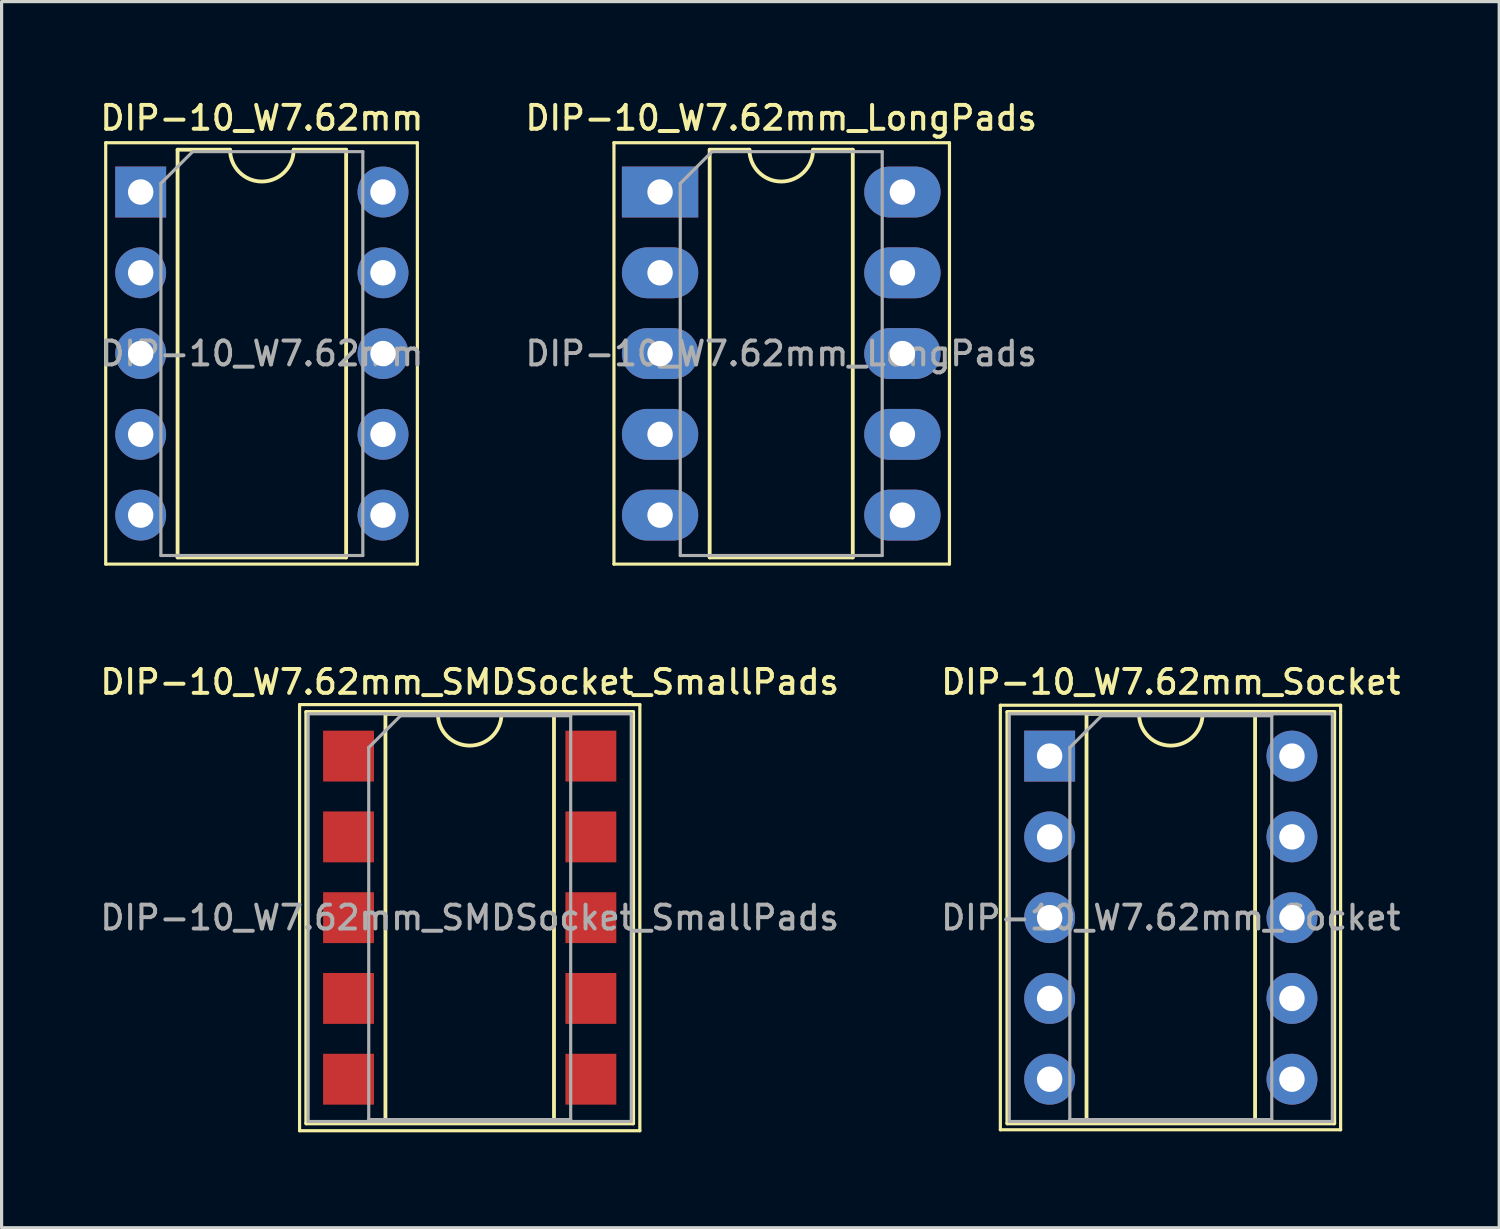
<source format=kicad_pcb>
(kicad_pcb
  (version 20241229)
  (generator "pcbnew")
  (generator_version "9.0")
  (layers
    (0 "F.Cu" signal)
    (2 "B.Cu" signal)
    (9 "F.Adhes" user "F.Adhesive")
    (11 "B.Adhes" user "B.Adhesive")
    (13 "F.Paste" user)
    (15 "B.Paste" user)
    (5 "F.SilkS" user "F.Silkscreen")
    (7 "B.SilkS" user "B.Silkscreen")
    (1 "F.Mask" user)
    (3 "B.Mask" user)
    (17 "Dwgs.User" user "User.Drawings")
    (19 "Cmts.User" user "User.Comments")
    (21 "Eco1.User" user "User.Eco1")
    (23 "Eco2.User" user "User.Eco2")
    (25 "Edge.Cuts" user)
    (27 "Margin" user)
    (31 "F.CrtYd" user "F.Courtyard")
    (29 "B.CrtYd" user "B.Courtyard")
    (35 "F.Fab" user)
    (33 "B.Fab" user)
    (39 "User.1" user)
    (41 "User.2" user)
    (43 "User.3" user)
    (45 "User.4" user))
  (footprint "DIP-10_W7.62mm"
    (layer "F.Cu")
    (at 1.374 2.988)
    (property "Reference" "DIP-10_W7.62mm" (at 3.81 -2.33 0) (layer "F.SilkS") (effects (font (size 0.75 0.75) (thickness 0.125))))
    (attr through_hole)
    (fp_line (start -1.1 -1.55) (end -1.1 11.7) (stroke (width 0.1) (type solid)) (layer "F.SilkS"))
    (fp_line (start -1.1 11.7) (end 8.7 11.7) (stroke (width 0.1) (type solid)) (layer "F.SilkS"))
    (fp_line (start 1.16 -1.33) (end 1.16 11.49) (stroke (width 0.12) (type solid)) (layer "F.SilkS"))
    (fp_line (start 1.16 11.49) (end 6.46 11.49) (stroke (width 0.12) (type solid)) (layer "F.SilkS"))
    (fp_line (start 2.81 -1.33) (end 1.16 -1.33) (stroke (width 0.12) (type solid)) (layer "F.SilkS"))
    (fp_line (start 6.46 -1.33) (end 4.81 -1.33) (stroke (width 0.12) (type solid)) (layer "F.SilkS"))
    (fp_line (start 6.46 11.49) (end 6.46 -1.33) (stroke (width 0.12) (type solid)) (layer "F.SilkS"))
    (fp_line (start 8.7 -1.55) (end -1.1 -1.55) (stroke (width 0.1) (type solid)) (layer "F.SilkS"))
    (fp_line (start 8.7 11.7) (end 8.7 -1.55) (stroke (width 0.1) (type solid)) (layer "F.SilkS"))
    (fp_arc (start 4.81 -1.33) (mid 3.81 -0.33) (end 2.81 -1.33) (stroke (width 0.12) (type solid)) (layer "F.SilkS"))
    (fp_line (start 0.635 -0.27) (end 1.635 -1.27) (stroke (width 0.1) (type solid)) (layer "F.Fab"))
    (fp_line (start 0.635 11.43) (end 0.635 -0.27) (stroke (width 0.1) (type solid)) (layer "F.Fab"))
    (fp_line (start 1.635 -1.27) (end 6.985 -1.27) (stroke (width 0.1) (type solid)) (layer "F.Fab"))
    (fp_line (start 6.985 -1.27) (end 6.985 11.43) (stroke (width 0.1) (type solid)) (layer "F.Fab"))
    (fp_line (start 6.985 11.43) (end 0.635 11.43) (stroke (width 0.1) (type solid)) (layer "F.Fab"))
    (fp_text user "${REFERENCE}" (at 3.81 5.08 0) (layer "F.Fab") (effects (font (size 0.75 0.75) (thickness 0.125))))
    (pad "1" thru_hole rect (at 0 0) (size 1.6 1.6) (drill 0.8) (layers "*.Cu" "*.Mask"))
    (pad "2" thru_hole oval (at 0 2.54) (size 1.6 1.6) (drill 0.8) (layers "*.Cu" "*.Mask"))
    (pad "3" thru_hole oval (at 0 5.08) (size 1.6 1.6) (drill 0.8) (layers "*.Cu" "*.Mask"))
    (pad "4" thru_hole oval (at 0 7.62) (size 1.6 1.6) (drill 0.8) (layers "*.Cu" "*.Mask"))
    (pad "5" thru_hole oval (at 0 10.16) (size 1.6 1.6) (drill 0.8) (layers "*.Cu" "*.Mask"))
    (pad "6" thru_hole oval (at 7.62 10.16) (size 1.6 1.6) (drill 0.8) (layers "*.Cu" "*.Mask"))
    (pad "7" thru_hole oval (at 7.62 7.62) (size 1.6 1.6) (drill 0.8) (layers "*.Cu" "*.Mask"))
    (pad "8" thru_hole oval (at 7.62 5.08) (size 1.6 1.6) (drill 0.8) (layers "*.Cu" "*.Mask"))
    (pad "9" thru_hole oval (at 7.62 2.54) (size 1.6 1.6) (drill 0.8) (layers "*.Cu" "*.Mask"))
    (pad "10" thru_hole oval (at 7.62 0) (size 1.6 1.6) (drill 0.8) (layers "*.Cu" "*.Mask")))
  (footprint "DIP-10_W7.62mm_SMDSocket_SmallPads"
    (layer "F.Cu")
    (at 11.72 25.806)
    (property "Reference" "DIP-10_W7.62mm_SMDSocket_SmallPads" (at 0 -7.41 0) (layer "F.SilkS") (effects (font (size 0.75 0.75) (thickness 0.125))))
    (attr smd)
    (fp_line (start -5.35 -6.7) (end -5.35 6.7) (stroke (width 0.1) (type solid)) (layer "F.SilkS"))
    (fp_line (start -5.35 6.7) (end 5.35 6.7) (stroke (width 0.1) (type solid)) (layer "F.SilkS"))
    (fp_line (start -5.14 -6.47) (end -5.14 6.47) (stroke (width 0.12) (type solid)) (layer "F.SilkS"))
    (fp_line (start -5.14 6.47) (end 5.14 6.47) (stroke (width 0.12) (type solid)) (layer "F.SilkS"))
    (fp_line (start -2.65 -6.41) (end -2.65 6.41) (stroke (width 0.12) (type solid)) (layer "F.SilkS"))
    (fp_line (start -2.65 6.41) (end 2.65 6.41) (stroke (width 0.12) (type solid)) (layer "F.SilkS"))
    (fp_line (start -1 -6.41) (end -2.65 -6.41) (stroke (width 0.12) (type solid)) (layer "F.SilkS"))
    (fp_line (start 2.65 -6.41) (end 1 -6.41) (stroke (width 0.12) (type solid)) (layer "F.SilkS"))
    (fp_line (start 2.65 6.41) (end 2.65 -6.41) (stroke (width 0.12) (type solid)) (layer "F.SilkS"))
    (fp_line (start 5.14 -6.47) (end -5.14 -6.47) (stroke (width 0.12) (type solid)) (layer "F.SilkS"))
    (fp_line (start 5.14 6.47) (end 5.14 -6.47) (stroke (width 0.12) (type solid)) (layer "F.SilkS"))
    (fp_line (start 5.35 -6.7) (end -5.35 -6.7) (stroke (width 0.1) (type solid)) (layer "F.SilkS"))
    (fp_line (start 5.35 6.7) (end 5.35 -6.7) (stroke (width 0.1) (type solid)) (layer "F.SilkS"))
    (fp_arc (start 1 -6.41) (mid 0 -5.41) (end -1 -6.41) (stroke (width 0.12) (type solid)) (layer "F.SilkS"))
    (fp_line (start -5.08 -6.41) (end -5.08 6.41) (stroke (width 0.1) (type solid)) (layer "F.Fab"))
    (fp_line (start -5.08 6.41) (end 5.08 6.41) (stroke (width 0.1) (type solid)) (layer "F.Fab"))
    (fp_line (start -3.175 -5.35) (end -2.175 -6.35) (stroke (width 0.1) (type solid)) (layer "F.Fab"))
    (fp_line (start -3.175 6.35) (end -3.175 -5.35) (stroke (width 0.1) (type solid)) (layer "F.Fab"))
    (fp_line (start -2.175 -6.35) (end 3.175 -6.35) (stroke (width 0.1) (type solid)) (layer "F.Fab"))
    (fp_line (start 3.175 -6.35) (end 3.175 6.35) (stroke (width 0.1) (type solid)) (layer "F.Fab"))
    (fp_line (start 3.175 6.35) (end -3.175 6.35) (stroke (width 0.1) (type solid)) (layer "F.Fab"))
    (fp_line (start 5.08 -6.41) (end -5.08 -6.41) (stroke (width 0.1) (type solid)) (layer "F.Fab"))
    (fp_line (start 5.08 6.41) (end 5.08 -6.41) (stroke (width 0.1) (type solid)) (layer "F.Fab"))
    (fp_text user "${REFERENCE}" (at 0 0 0) (layer "F.Fab") (effects (font (size 0.75 0.75) (thickness 0.125))))
    (pad "1" smd rect (at -3.81 -5.08) (size 1.6 1.6) (layers "F.Cu" "F.Mask" "F.Paste"))
    (pad "2" smd rect (at -3.81 -2.54) (size 1.6 1.6) (layers "F.Cu" "F.Mask" "F.Paste"))
    (pad "3" smd rect (at -3.81 0) (size 1.6 1.6) (layers "F.Cu" "F.Mask" "F.Paste"))
    (pad "4" smd rect (at -3.81 2.54) (size 1.6 1.6) (layers "F.Cu" "F.Mask" "F.Paste"))
    (pad "5" smd rect (at -3.81 5.08) (size 1.6 1.6) (layers "F.Cu" "F.Mask" "F.Paste"))
    (pad "6" smd rect (at 3.81 5.08) (size 1.6 1.6) (layers "F.Cu" "F.Mask" "F.Paste"))
    (pad "7" smd rect (at 3.81 2.54) (size 1.6 1.6) (layers "F.Cu" "F.Mask" "F.Paste"))
    (pad "8" smd rect (at 3.81 0) (size 1.6 1.6) (layers "F.Cu" "F.Mask" "F.Paste"))
    (pad "9" smd rect (at 3.81 -2.54) (size 1.6 1.6) (layers "F.Cu" "F.Mask" "F.Paste"))
    (pad "10" smd rect (at 3.81 -5.08) (size 1.6 1.6) (layers "F.Cu" "F.Mask" "F.Paste")))
  (footprint "DIP-10_W7.62mm_LongPads"
    (layer "F.Cu")
    (at 17.706 2.988)
    (property "Reference" "DIP-10_W7.62mm_LongPads" (at 3.81 -2.33 0) (layer "F.SilkS") (effects (font (size 0.75 0.75) (thickness 0.125))))
    (attr through_hole)
    (fp_line (start -1.45 -1.55) (end -1.45 11.7) (stroke (width 0.1) (type solid)) (layer "F.SilkS"))
    (fp_line (start -1.45 11.7) (end 9.1 11.7) (stroke (width 0.1) (type solid)) (layer "F.SilkS"))
    (fp_line (start 1.56 -1.33) (end 1.56 11.49) (stroke (width 0.12) (type solid)) (layer "F.SilkS"))
    (fp_line (start 1.56 11.49) (end 6.06 11.49) (stroke (width 0.12) (type solid)) (layer "F.SilkS"))
    (fp_line (start 2.81 -1.33) (end 1.56 -1.33) (stroke (width 0.12) (type solid)) (layer "F.SilkS"))
    (fp_line (start 6.06 -1.33) (end 4.81 -1.33) (stroke (width 0.12) (type solid)) (layer "F.SilkS"))
    (fp_line (start 6.06 11.49) (end 6.06 -1.33) (stroke (width 0.12) (type solid)) (layer "F.SilkS"))
    (fp_line (start 9.1 -1.55) (end -1.45 -1.55) (stroke (width 0.1) (type solid)) (layer "F.SilkS"))
    (fp_line (start 9.1 11.7) (end 9.1 -1.55) (stroke (width 0.1) (type solid)) (layer "F.SilkS"))
    (fp_arc (start 4.81 -1.33) (mid 3.81 -0.33) (end 2.81 -1.33) (stroke (width 0.12) (type solid)) (layer "F.SilkS"))
    (fp_line (start 0.635 -0.27) (end 1.635 -1.27) (stroke (width 0.1) (type solid)) (layer "F.Fab"))
    (fp_line (start 0.635 11.43) (end 0.635 -0.27) (stroke (width 0.1) (type solid)) (layer "F.Fab"))
    (fp_line (start 1.635 -1.27) (end 6.985 -1.27) (stroke (width 0.1) (type solid)) (layer "F.Fab"))
    (fp_line (start 6.985 -1.27) (end 6.985 11.43) (stroke (width 0.1) (type solid)) (layer "F.Fab"))
    (fp_line (start 6.985 11.43) (end 0.635 11.43) (stroke (width 0.1) (type solid)) (layer "F.Fab"))
    (fp_text user "${REFERENCE}" (at 3.81 5.08 0) (layer "F.Fab") (effects (font (size 0.75 0.75) (thickness 0.125))))
    (pad "1" thru_hole rect (at 0 0) (size 2.4 1.6) (drill 0.8) (layers "*.Cu" "*.Mask"))
    (pad "2" thru_hole oval (at 0 2.54) (size 2.4 1.6) (drill 0.8) (layers "*.Cu" "*.Mask"))
    (pad "3" thru_hole oval (at 0 5.08) (size 2.4 1.6) (drill 0.8) (layers "*.Cu" "*.Mask"))
    (pad "4" thru_hole oval (at 0 7.62) (size 2.4 1.6) (drill 0.8) (layers "*.Cu" "*.Mask"))
    (pad "5" thru_hole oval (at 0 10.16) (size 2.4 1.6) (drill 0.8) (layers "*.Cu" "*.Mask"))
    (pad "6" thru_hole oval (at 7.62 10.16) (size 2.4 1.6) (drill 0.8) (layers "*.Cu" "*.Mask"))
    (pad "7" thru_hole oval (at 7.62 7.62) (size 2.4 1.6) (drill 0.8) (layers "*.Cu" "*.Mask"))
    (pad "8" thru_hole oval (at 7.62 5.08) (size 2.4 1.6) (drill 0.8) (layers "*.Cu" "*.Mask"))
    (pad "9" thru_hole oval (at 7.62 2.54) (size 2.4 1.6) (drill 0.8) (layers "*.Cu" "*.Mask"))
    (pad "10" thru_hole oval (at 7.62 0) (size 2.4 1.6) (drill 0.8) (layers "*.Cu" "*.Mask")))
  (footprint "DIP-10_W7.62mm_Socket"
    (layer "F.Cu")
    (at 29.956 20.726)
    (property "Reference" "DIP-10_W7.62mm_Socket" (at 3.81 -2.33 0) (layer "F.SilkS") (effects (font (size 0.75 0.75) (thickness 0.125))))
    (attr through_hole)
    (fp_line (start -1.55 -1.6) (end -1.55 11.75) (stroke (width 0.1) (type solid)) (layer "F.SilkS"))
    (fp_line (start -1.55 11.75) (end 9.15 11.75) (stroke (width 0.1) (type solid)) (layer "F.SilkS"))
    (fp_line (start -1.33 -1.39) (end -1.33 11.55) (stroke (width 0.12) (type solid)) (layer "F.SilkS"))
    (fp_line (start -1.33 11.55) (end 8.95 11.55) (stroke (width 0.12) (type solid)) (layer "F.SilkS"))
    (fp_line (start 1.16 -1.33) (end 1.16 11.49) (stroke (width 0.12) (type solid)) (layer "F.SilkS"))
    (fp_line (start 1.16 11.49) (end 6.46 11.49) (stroke (width 0.12) (type solid)) (layer "F.SilkS"))
    (fp_line (start 2.81 -1.33) (end 1.16 -1.33) (stroke (width 0.12) (type solid)) (layer "F.SilkS"))
    (fp_line (start 6.46 -1.33) (end 4.81 -1.33) (stroke (width 0.12) (type solid)) (layer "F.SilkS"))
    (fp_line (start 6.46 11.49) (end 6.46 -1.33) (stroke (width 0.12) (type solid)) (layer "F.SilkS"))
    (fp_line (start 8.95 -1.39) (end -1.33 -1.39) (stroke (width 0.12) (type solid)) (layer "F.SilkS"))
    (fp_line (start 8.95 11.55) (end 8.95 -1.39) (stroke (width 0.12) (type solid)) (layer "F.SilkS"))
    (fp_line (start 9.15 -1.6) (end -1.55 -1.6) (stroke (width 0.1) (type solid)) (layer "F.SilkS"))
    (fp_line (start 9.15 11.75) (end 9.15 -1.6) (stroke (width 0.1) (type solid)) (layer "F.SilkS"))
    (fp_arc (start 4.81 -1.33) (mid 3.81 -0.33) (end 2.81 -1.33) (stroke (width 0.12) (type solid)) (layer "F.SilkS"))
    (fp_line (start -1.27 -1.33) (end -1.27 11.49) (stroke (width 0.1) (type solid)) (layer "F.Fab"))
    (fp_line (start -1.27 11.49) (end 8.89 11.49) (stroke (width 0.1) (type solid)) (layer "F.Fab"))
    (fp_line (start 0.635 -0.27) (end 1.635 -1.27) (stroke (width 0.1) (type solid)) (layer "F.Fab"))
    (fp_line (start 0.635 11.43) (end 0.635 -0.27) (stroke (width 0.1) (type solid)) (layer "F.Fab"))
    (fp_line (start 1.635 -1.27) (end 6.985 -1.27) (stroke (width 0.1) (type solid)) (layer "F.Fab"))
    (fp_line (start 6.985 -1.27) (end 6.985 11.43) (stroke (width 0.1) (type solid)) (layer "F.Fab"))
    (fp_line (start 6.985 11.43) (end 0.635 11.43) (stroke (width 0.1) (type solid)) (layer "F.Fab"))
    (fp_line (start 8.89 -1.33) (end -1.27 -1.33) (stroke (width 0.1) (type solid)) (layer "F.Fab"))
    (fp_line (start 8.89 11.49) (end 8.89 -1.33) (stroke (width 0.1) (type solid)) (layer "F.Fab"))
    (fp_text user "${REFERENCE}" (at 3.81 5.08 0) (layer "F.Fab") (effects (font (size 0.75 0.75) (thickness 0.125))))
    (pad "1" thru_hole rect (at 0 0) (size 1.6 1.6) (drill 0.8) (layers "*.Cu" "*.Mask"))
    (pad "2" thru_hole oval (at 0 2.54) (size 1.6 1.6) (drill 0.8) (layers "*.Cu" "*.Mask"))
    (pad "3" thru_hole oval (at 0 5.08) (size 1.6 1.6) (drill 0.8) (layers "*.Cu" "*.Mask"))
    (pad "4" thru_hole oval (at 0 7.62) (size 1.6 1.6) (drill 0.8) (layers "*.Cu" "*.Mask"))
    (pad "5" thru_hole oval (at 0 10.16) (size 1.6 1.6) (drill 0.8) (layers "*.Cu" "*.Mask"))
    (pad "6" thru_hole oval (at 7.62 10.16) (size 1.6 1.6) (drill 0.8) (layers "*.Cu" "*.Mask"))
    (pad "7" thru_hole oval (at 7.62 7.62) (size 1.6 1.6) (drill 0.8) (layers "*.Cu" "*.Mask"))
    (pad "8" thru_hole oval (at 7.62 5.08) (size 1.6 1.6) (drill 0.8) (layers "*.Cu" "*.Mask"))
    (pad "9" thru_hole oval (at 7.62 2.54) (size 1.6 1.6) (drill 0.8) (layers "*.Cu" "*.Mask"))
    (pad "10" thru_hole oval (at 7.62 0) (size 1.6 1.6) (drill 0.8) (layers "*.Cu" "*.Mask")))
  (gr_rect
    (start -3 -3)
    (end 44.093 35.556)
    (stroke (width 0.1) (type default))
    (fill no)
    (layer "Edge.Cuts")))
</source>
